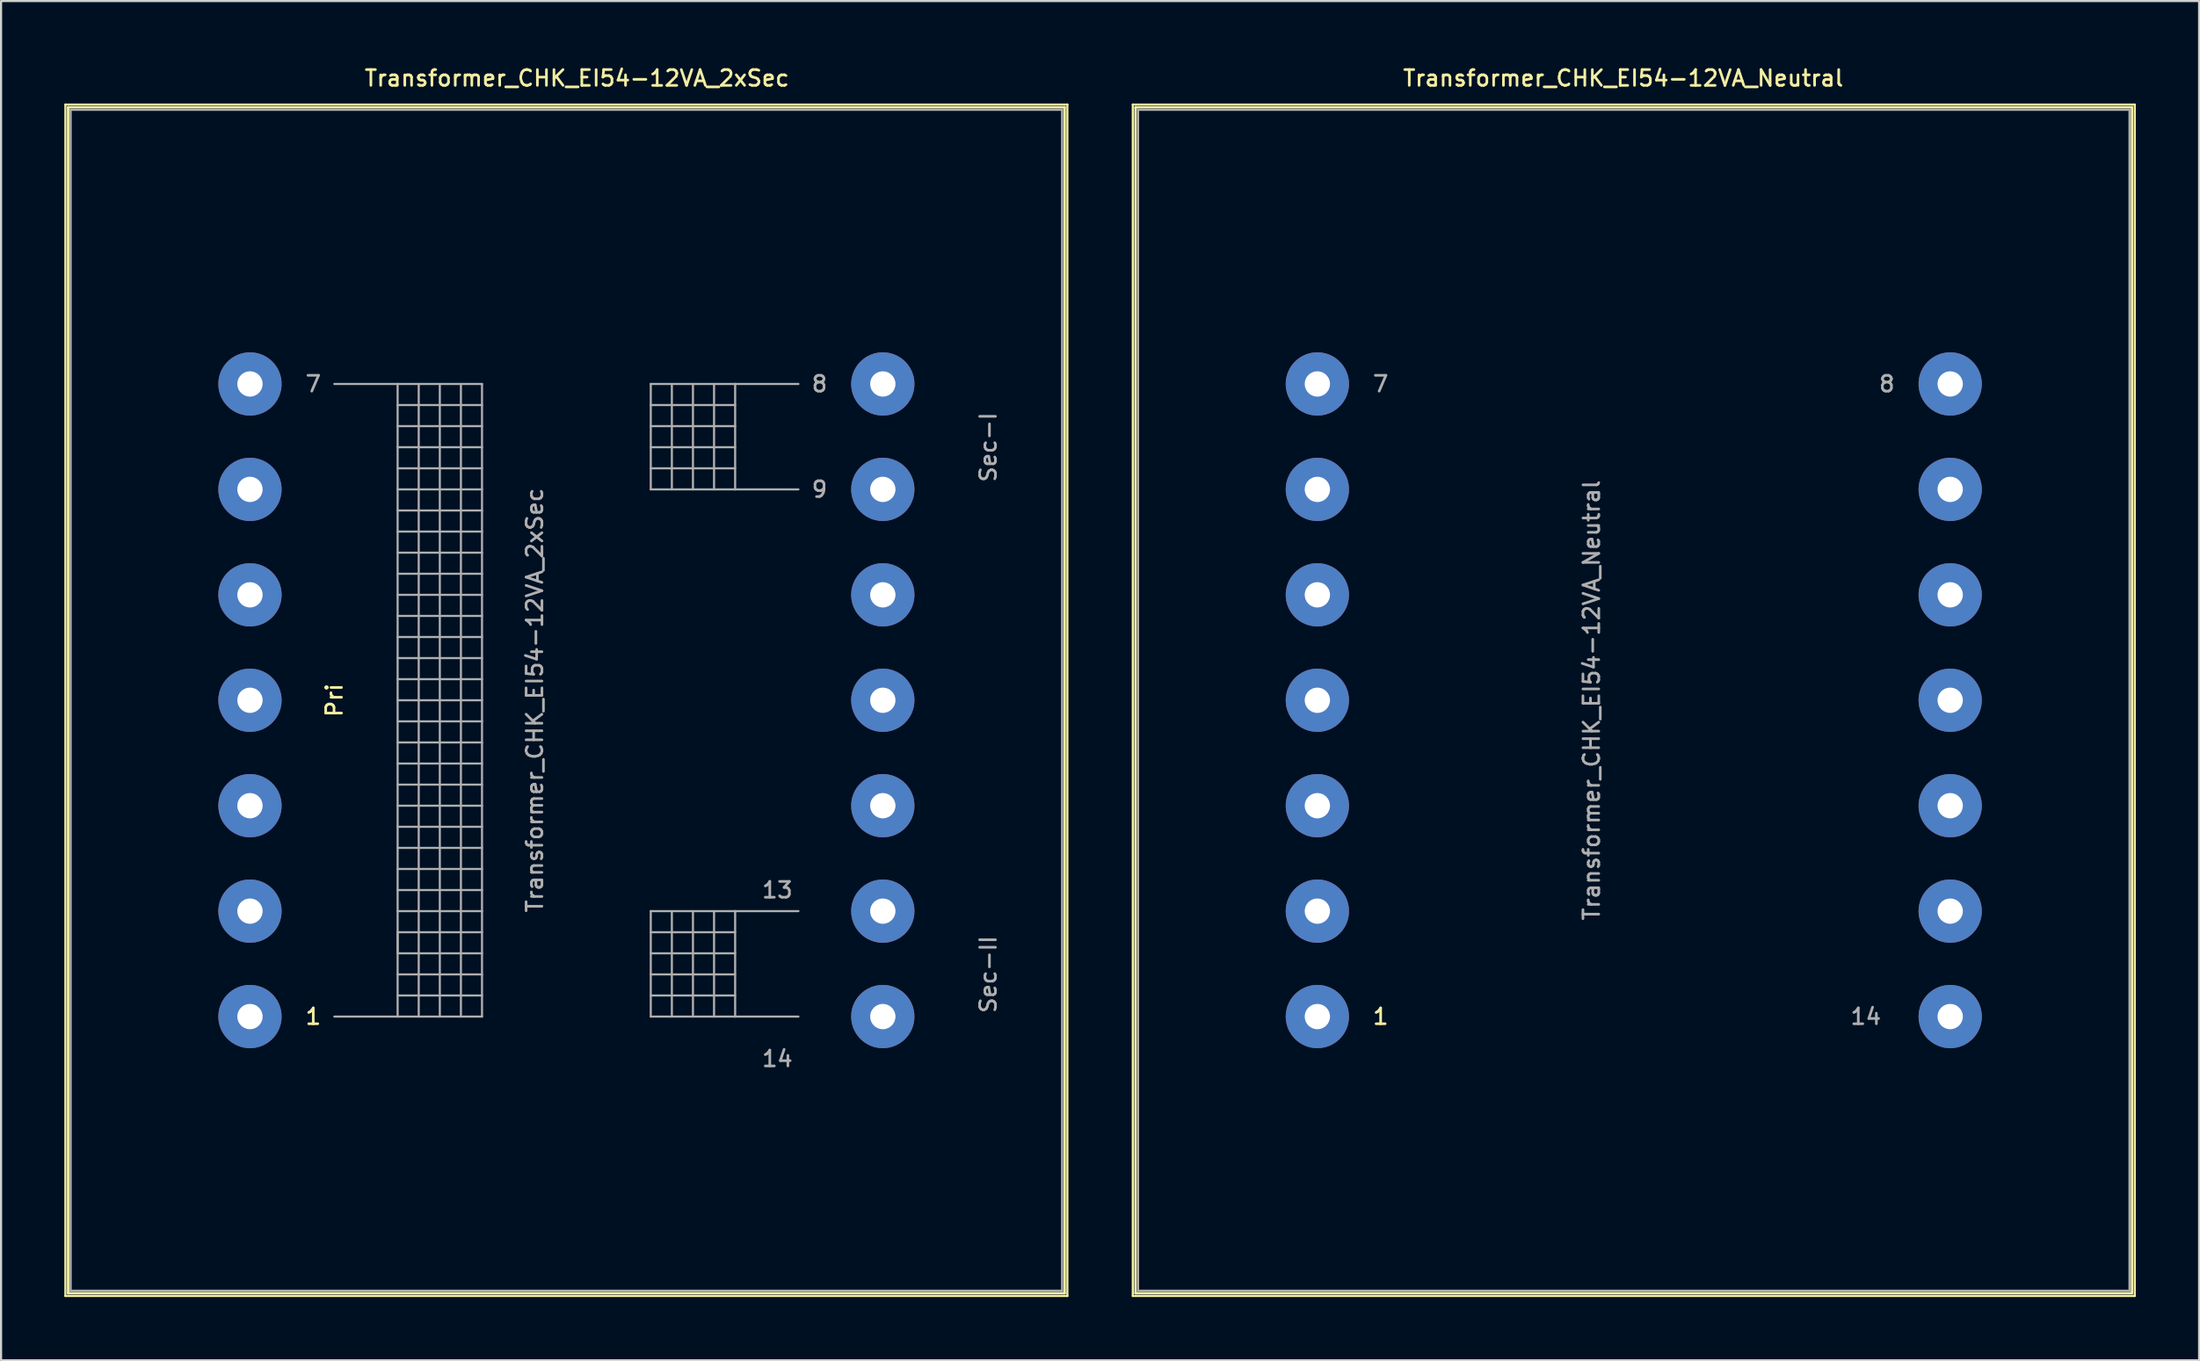
<source format=kicad_pcb>
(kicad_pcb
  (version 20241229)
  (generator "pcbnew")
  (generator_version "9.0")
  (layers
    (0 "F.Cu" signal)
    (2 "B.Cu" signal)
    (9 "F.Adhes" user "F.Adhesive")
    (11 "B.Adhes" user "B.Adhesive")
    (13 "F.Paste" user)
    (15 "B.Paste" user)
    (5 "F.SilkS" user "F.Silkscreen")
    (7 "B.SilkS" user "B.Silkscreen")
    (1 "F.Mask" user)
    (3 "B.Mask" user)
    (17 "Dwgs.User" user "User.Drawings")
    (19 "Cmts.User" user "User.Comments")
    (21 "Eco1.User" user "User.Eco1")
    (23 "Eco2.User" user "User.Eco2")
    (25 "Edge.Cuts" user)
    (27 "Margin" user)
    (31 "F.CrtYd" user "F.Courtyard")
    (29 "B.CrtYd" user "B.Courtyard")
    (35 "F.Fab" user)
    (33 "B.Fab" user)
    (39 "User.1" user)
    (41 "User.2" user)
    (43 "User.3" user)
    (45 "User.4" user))
  (footprint "Transformer_CHK_EI54-12VA_2xSec"
    (layer "F.Cu")
    (at 8.8 45.158)
    (property "Reference" "Transformer_CHK_EI54-12VA_2xSec" (at 15.5 -44.5 0) (layer "F.SilkS") (effects (font (size 0.75 0.75) (thickness 0.125))))
    (attr through_hole)
    (fp_line (start -8.75 -43.25) (end -8.75 13.25) (stroke (width 0.1) (type solid)) (layer "F.SilkS"))
    (fp_line (start -8.75 -43.25) (end 38.75 -43.25) (stroke (width 0.1) (type solid)) (layer "F.SilkS"))
    (fp_line (start -8.62 -43.12) (end -8.62 13.12) (stroke (width 0.12) (type solid)) (layer "F.SilkS"))
    (fp_line (start -8.62 -43.12) (end 38.62 -43.12) (stroke (width 0.12) (type solid)) (layer "F.SilkS"))
    (fp_line (start 38.62 13.12) (end -8.62 13.12) (stroke (width 0.12) (type solid)) (layer "F.SilkS"))
    (fp_line (start 38.62 13.12) (end 38.62 -43.12) (stroke (width 0.12) (type solid)) (layer "F.SilkS"))
    (fp_line (start 38.75 13.25) (end -8.75 13.25) (stroke (width 0.1) (type solid)) (layer "F.SilkS"))
    (fp_line (start 38.75 13.25) (end 38.75 -43.25) (stroke (width 0.1) (type solid)) (layer "F.SilkS"))
    (fp_line (start -8.5 -43) (end -8.5 13) (stroke (width 0.1) (type solid)) (layer "F.Fab"))
    (fp_line (start -8.5 13) (end 38.5 13) (stroke (width 0.1) (type solid)) (layer "F.Fab"))
    (fp_line (start 4 -30) (end 7 -30) (stroke (width 0.1) (type solid)) (layer "F.Fab"))
    (fp_line (start 7 -30) (end 7 0) (stroke (width 0.1) (type solid)) (layer "F.Fab"))
    (fp_line (start 7 -30) (end 11 -30) (stroke (width 0.1) (type solid)) (layer "F.Fab"))
    (fp_line (start 7 -29) (end 11 -29) (stroke (width 0.1) (type solid)) (layer "F.Fab"))
    (fp_line (start 7 -27) (end 11 -27) (stroke (width 0.1) (type solid)) (layer "F.Fab"))
    (fp_line (start 7 -25) (end 11 -25) (stroke (width 0.1) (type solid)) (layer "F.Fab"))
    (fp_line (start 7 -23) (end 11 -23) (stroke (width 0.1) (type solid)) (layer "F.Fab"))
    (fp_line (start 7 -21) (end 11 -21) (stroke (width 0.1) (type solid)) (layer "F.Fab"))
    (fp_line (start 7 -19) (end 11 -19) (stroke (width 0.1) (type solid)) (layer "F.Fab"))
    (fp_line (start 7 -17) (end 11 -17) (stroke (width 0.1) (type solid)) (layer "F.Fab"))
    (fp_line (start 7 -15) (end 11 -15) (stroke (width 0.1) (type solid)) (layer "F.Fab"))
    (fp_line (start 7 -13) (end 11 -13) (stroke (width 0.1) (type solid)) (layer "F.Fab"))
    (fp_line (start 7 -11) (end 11 -11) (stroke (width 0.1) (type solid)) (layer "F.Fab"))
    (fp_line (start 7 -9) (end 11 -9) (stroke (width 0.1) (type solid)) (layer "F.Fab"))
    (fp_line (start 7 -7) (end 11 -7) (stroke (width 0.1) (type solid)) (layer "F.Fab"))
    (fp_line (start 7 -5) (end 11 -5) (stroke (width 0.1) (type solid)) (layer "F.Fab"))
    (fp_line (start 7 -4) (end 7 -3) (stroke (width 0.1) (type solid)) (layer "F.Fab"))
    (fp_line (start 7 -3) (end 11 -3) (stroke (width 0.1) (type solid)) (layer "F.Fab"))
    (fp_line (start 7 -1) (end 11 -1) (stroke (width 0.1) (type solid)) (layer "F.Fab"))
    (fp_line (start 7 0) (end 4 0) (stroke (width 0.1) (type solid)) (layer "F.Fab"))
    (fp_line (start 8 -30) (end 8 0) (stroke (width 0.1) (type solid)) (layer "F.Fab"))
    (fp_line (start 9 -30) (end 9 0) (stroke (width 0.1) (type solid)) (layer "F.Fab"))
    (fp_line (start 10 -12) (end 7 -12) (stroke (width 0.1) (type solid)) (layer "F.Fab"))
    (fp_line (start 10 -12) (end 11 -12) (stroke (width 0.1) (type solid)) (layer "F.Fab"))
    (fp_line (start 10 0) (end 10 -30) (stroke (width 0.1) (type solid)) (layer "F.Fab"))
    (fp_line (start 11 -30) (end 11 0) (stroke (width 0.1) (type solid)) (layer "F.Fab"))
    (fp_line (start 11 -28) (end 7 -28) (stroke (width 0.1) (type solid)) (layer "F.Fab"))
    (fp_line (start 11 -26) (end 7 -26) (stroke (width 0.1) (type solid)) (layer "F.Fab"))
    (fp_line (start 11 -24) (end 7 -24) (stroke (width 0.1) (type solid)) (layer "F.Fab"))
    (fp_line (start 11 -22) (end 7 -22) (stroke (width 0.1) (type solid)) (layer "F.Fab"))
    (fp_line (start 11 -20) (end 7 -20) (stroke (width 0.1) (type solid)) (layer "F.Fab"))
    (fp_line (start 11 -18) (end 7 -18) (stroke (width 0.1) (type solid)) (layer "F.Fab"))
    (fp_line (start 11 -16) (end 7 -16) (stroke (width 0.1) (type solid)) (layer "F.Fab"))
    (fp_line (start 11 -14) (end 7 -14) (stroke (width 0.1) (type solid)) (layer "F.Fab"))
    (fp_line (start 11 -10) (end 7 -10) (stroke (width 0.1) (type solid)) (layer "F.Fab"))
    (fp_line (start 11 -8) (end 7 -8) (stroke (width 0.1) (type solid)) (layer "F.Fab"))
    (fp_line (start 11 -6) (end 7 -6) (stroke (width 0.1) (type solid)) (layer "F.Fab"))
    (fp_line (start 11 -4) (end 7 -4) (stroke (width 0.1) (type solid)) (layer "F.Fab"))
    (fp_line (start 11 -2) (end 7 -2) (stroke (width 0.1) (type solid)) (layer "F.Fab"))
    (fp_line (start 11 0) (end 7 0) (stroke (width 0.1) (type solid)) (layer "F.Fab"))
    (fp_line (start 19 -30) (end 19 -25) (stroke (width 0.1) (type solid)) (layer "F.Fab"))
    (fp_line (start 19 -29) (end 23 -29) (stroke (width 0.1) (type solid)) (layer "F.Fab"))
    (fp_line (start 19 -27) (end 23 -27) (stroke (width 0.1) (type solid)) (layer "F.Fab"))
    (fp_line (start 19 -25) (end 23 -25) (stroke (width 0.1) (type solid)) (layer "F.Fab"))
    (fp_line (start 19 -5) (end 19 0) (stroke (width 0.1) (type solid)) (layer "F.Fab"))
    (fp_line (start 19 -4) (end 23 -4) (stroke (width 0.1) (type solid)) (layer "F.Fab"))
    (fp_line (start 19 -2) (end 23 -2) (stroke (width 0.1) (type solid)) (layer "F.Fab"))
    (fp_line (start 19 0) (end 23 0) (stroke (width 0.1) (type solid)) (layer "F.Fab"))
    (fp_line (start 20 -30) (end 20 -25) (stroke (width 0.1) (type solid)) (layer "F.Fab"))
    (fp_line (start 20 -5) (end 20 0) (stroke (width 0.1) (type solid)) (layer "F.Fab"))
    (fp_line (start 21 -30) (end 21 -25) (stroke (width 0.1) (type solid)) (layer "F.Fab"))
    (fp_line (start 21 -5) (end 21 0) (stroke (width 0.1) (type solid)) (layer "F.Fab"))
    (fp_line (start 22 -30) (end 22 -25) (stroke (width 0.1) (type solid)) (layer "F.Fab"))
    (fp_line (start 22 -5) (end 22 0) (stroke (width 0.1) (type solid)) (layer "F.Fab"))
    (fp_line (start 23 -30) (end 19 -30) (stroke (width 0.1) (type solid)) (layer "F.Fab"))
    (fp_line (start 23 -30) (end 23 -25) (stroke (width 0.1) (type solid)) (layer "F.Fab"))
    (fp_line (start 23 -28) (end 19 -28) (stroke (width 0.1) (type solid)) (layer "F.Fab"))
    (fp_line (start 23 -26) (end 19 -26) (stroke (width 0.1) (type solid)) (layer "F.Fab"))
    (fp_line (start 23 -25) (end 26 -25) (stroke (width 0.1) (type solid)) (layer "F.Fab"))
    (fp_line (start 23 -5) (end 19 -5) (stroke (width 0.1) (type solid)) (layer "F.Fab"))
    (fp_line (start 23 -5) (end 23 0) (stroke (width 0.1) (type solid)) (layer "F.Fab"))
    (fp_line (start 23 -3) (end 19 -3) (stroke (width 0.1) (type solid)) (layer "F.Fab"))
    (fp_line (start 23 -1) (end 19 -1) (stroke (width 0.1) (type solid)) (layer "F.Fab"))
    (fp_line (start 23 0) (end 26 0) (stroke (width 0.1) (type solid)) (layer "F.Fab"))
    (fp_line (start 26 -30) (end 23 -30) (stroke (width 0.1) (type solid)) (layer "F.Fab"))
    (fp_line (start 26 -5) (end 23 -5) (stroke (width 0.1) (type solid)) (layer "F.Fab"))
    (fp_line (start 38.5 -43) (end -8.5 -43) (stroke (width 0.1) (type solid)) (layer "F.Fab"))
    (fp_line (start 38.5 13) (end 38.5 -43) (stroke (width 0.1) (type solid)) (layer "F.Fab"))
    (fp_text user "1" (at 3 0 0) (layer "F.SilkS") (effects (font (size 0.75 0.75) (thickness 0.125))))
    (fp_text user "Pri" (at 4 -15 90) (layer "F.SilkS") (effects (font (size 0.75 0.75) (thickness 0.125))))
    (fp_text user "7" (at 3 -30 0) (layer "F.Fab") (effects (font (size 0.75 0.75) (thickness 0.125))))
    (fp_text user "${REFERENCE}" (at 13.5 -15 90) (layer "F.Fab") (effects (font (size 0.75 0.75) (thickness 0.125))))
    (fp_text user "Sec-II" (at 35 -2 90) (layer "F.Fab") (effects (font (size 0.75 0.75) (thickness 0.125))))
    (fp_text user "14" (at 25 2 0) (layer "F.Fab") (effects (font (size 0.75 0.75) (thickness 0.125))))
    (fp_text user "Sec-I" (at 35 -27 90) (layer "F.Fab") (effects (font (size 0.75 0.75) (thickness 0.125))))
    (fp_text user "8" (at 27 -30 0) (layer "F.Fab") (effects (font (size 0.75 0.75) (thickness 0.125))))
    (fp_text user "13" (at 25 -6 0) (layer "F.Fab") (effects (font (size 0.75 0.75) (thickness 0.125))))
    (fp_text user "9" (at 27 -25 0) (layer "F.Fab") (effects (font (size 0.75 0.75) (thickness 0.125))))
    (pad "1" thru_hole circle (at 0 0) (size 3 3) (drill 1.2) (layers "*.Cu" "*.Mask"))
    (pad "2" thru_hole circle (at 0 -5) (size 3 3) (drill 1.2) (layers "*.Cu" "*.Mask"))
    (pad "3" thru_hole circle (at 0 -10) (size 3 3) (drill 1.2) (layers "*.Cu" "*.Mask"))
    (pad "4" thru_hole circle (at 0 -15) (size 3 3) (drill 1.2) (layers "*.Cu" "*.Mask"))
    (pad "5" thru_hole circle (at 0 -20) (size 3 3) (drill 1.2) (layers "*.Cu" "*.Mask"))
    (pad "6" thru_hole circle (at 0 -25) (size 3 3) (drill 1.2) (layers "*.Cu" "*.Mask"))
    (pad "7" thru_hole circle (at 0 -30) (size 3 3) (drill 1.2) (layers "*.Cu" "*.Mask"))
    (pad "8" thru_hole circle (at 30 -30) (size 3 3) (drill 1.2) (layers "*.Cu" "*.Mask"))
    (pad "9" thru_hole circle (at 30 -25) (size 3 3) (drill 1.2) (layers "*.Cu" "*.Mask"))
    (pad "10" thru_hole circle (at 30 -20) (size 3 3) (drill 1.2) (layers "*.Cu" "*.Mask"))
    (pad "11" thru_hole circle (at 30 -15) (size 3 3) (drill 1.2) (layers "*.Cu" "*.Mask"))
    (pad "12" thru_hole circle (at 30 -10) (size 3 3) (drill 1.2) (layers "*.Cu" "*.Mask"))
    (pad "13" thru_hole circle (at 30 -5) (size 3 3) (drill 1.2) (layers "*.Cu" "*.Mask"))
    (pad "14" thru_hole circle (at 30 0) (size 3 3) (drill 1.2) (layers "*.Cu" "*.Mask")))
  (footprint "Transformer_CHK_EI54-12VA_Neutral"
    (layer "F.Cu")
    (at 59.4 45.158)
    (property "Reference" "Transformer_CHK_EI54-12VA_Neutral" (at 14.5 -44.5 0) (layer "F.SilkS") (effects (font (size 0.75 0.75) (thickness 0.125))))
    (attr through_hole)
    (fp_line (start -8.75 -43.25) (end -8.75 13.25) (stroke (width 0.1) (type solid)) (layer "F.SilkS"))
    (fp_line (start -8.75 -43.25) (end 38.75 -43.25) (stroke (width 0.1) (type solid)) (layer "F.SilkS"))
    (fp_line (start -8.62 -43.12) (end -8.62 13.12) (stroke (width 0.12) (type solid)) (layer "F.SilkS"))
    (fp_line (start -8.62 -43.12) (end 38.62 -43.12) (stroke (width 0.12) (type solid)) (layer "F.SilkS"))
    (fp_line (start 38.62 13.12) (end -8.62 13.12) (stroke (width 0.12) (type solid)) (layer "F.SilkS"))
    (fp_line (start 38.62 13.12) (end 38.62 -43.12) (stroke (width 0.12) (type solid)) (layer "F.SilkS"))
    (fp_line (start 38.75 13.25) (end -8.75 13.25) (stroke (width 0.1) (type solid)) (layer "F.SilkS"))
    (fp_line (start 38.75 13.25) (end 38.75 -43.25) (stroke (width 0.1) (type solid)) (layer "F.SilkS"))
    (fp_line (start -8.5 -43) (end -8.5 13) (stroke (width 0.1) (type solid)) (layer "F.Fab"))
    (fp_line (start -8.5 13) (end 38.5 13) (stroke (width 0.1) (type solid)) (layer "F.Fab"))
    (fp_line (start 38.5 -43) (end -8.5 -43) (stroke (width 0.1) (type solid)) (layer "F.Fab"))
    (fp_line (start 38.5 13) (end 38.5 -43) (stroke (width 0.1) (type solid)) (layer "F.Fab"))
    (fp_text user "1" (at 3 0 0) (layer "F.SilkS") (effects (font (size 0.75 0.75) (thickness 0.125))))
    (fp_text user "14" (at 26 0 0) (layer "F.Fab") (effects (font (size 0.75 0.75) (thickness 0.125))))
    (fp_text user "7" (at 3 -30 0) (layer "F.Fab") (effects (font (size 0.75 0.75) (thickness 0.125))))
    (fp_text user "${REFERENCE}" (at 13 -15 90) (layer "F.Fab") (effects (font (size 0.75 0.75) (thickness 0.125))))
    (fp_text user "8" (at 27 -30 0) (layer "F.Fab") (effects (font (size 0.75 0.75) (thickness 0.125))))
    (pad "1" thru_hole circle (at 0 0) (size 3 3) (drill 1.2) (layers "*.Cu" "*.Mask"))
    (pad "2" thru_hole circle (at 0 -5) (size 3 3) (drill 1.2) (layers "*.Cu" "*.Mask"))
    (pad "3" thru_hole circle (at 0 -10) (size 3 3) (drill 1.2) (layers "*.Cu" "*.Mask"))
    (pad "4" thru_hole circle (at 0 -15) (size 3 3) (drill 1.2) (layers "*.Cu" "*.Mask"))
    (pad "5" thru_hole circle (at 0 -20) (size 3 3) (drill 1.2) (layers "*.Cu" "*.Mask"))
    (pad "6" thru_hole circle (at 0 -25) (size 3 3) (drill 1.2) (layers "*.Cu" "*.Mask"))
    (pad "7" thru_hole circle (at 0 -30) (size 3 3) (drill 1.2) (layers "*.Cu" "*.Mask"))
    (pad "8" thru_hole circle (at 30 -30) (size 3 3) (drill 1.2) (layers "*.Cu" "*.Mask"))
    (pad "9" thru_hole circle (at 30 -25) (size 3 3) (drill 1.2) (layers "*.Cu" "*.Mask"))
    (pad "10" thru_hole circle (at 30 -20) (size 3 3) (drill 1.2) (layers "*.Cu" "*.Mask"))
    (pad "11" thru_hole circle (at 30 -15) (size 3 3) (drill 1.2) (layers "*.Cu" "*.Mask"))
    (pad "12" thru_hole circle (at 30 -10) (size 3 3) (drill 1.2) (layers "*.Cu" "*.Mask"))
    (pad "13" thru_hole circle (at 30 -5) (size 3 3) (drill 1.2) (layers "*.Cu" "*.Mask"))
    (pad "14" thru_hole circle (at 30 0) (size 3 3) (drill 1.2) (layers "*.Cu" "*.Mask")))
  (gr_rect
    (start -3 -3)
    (end 101.2 61.458)
    (stroke (width 0.1) (type default))
    (fill no)
    (layer "Edge.Cuts")))
</source>
